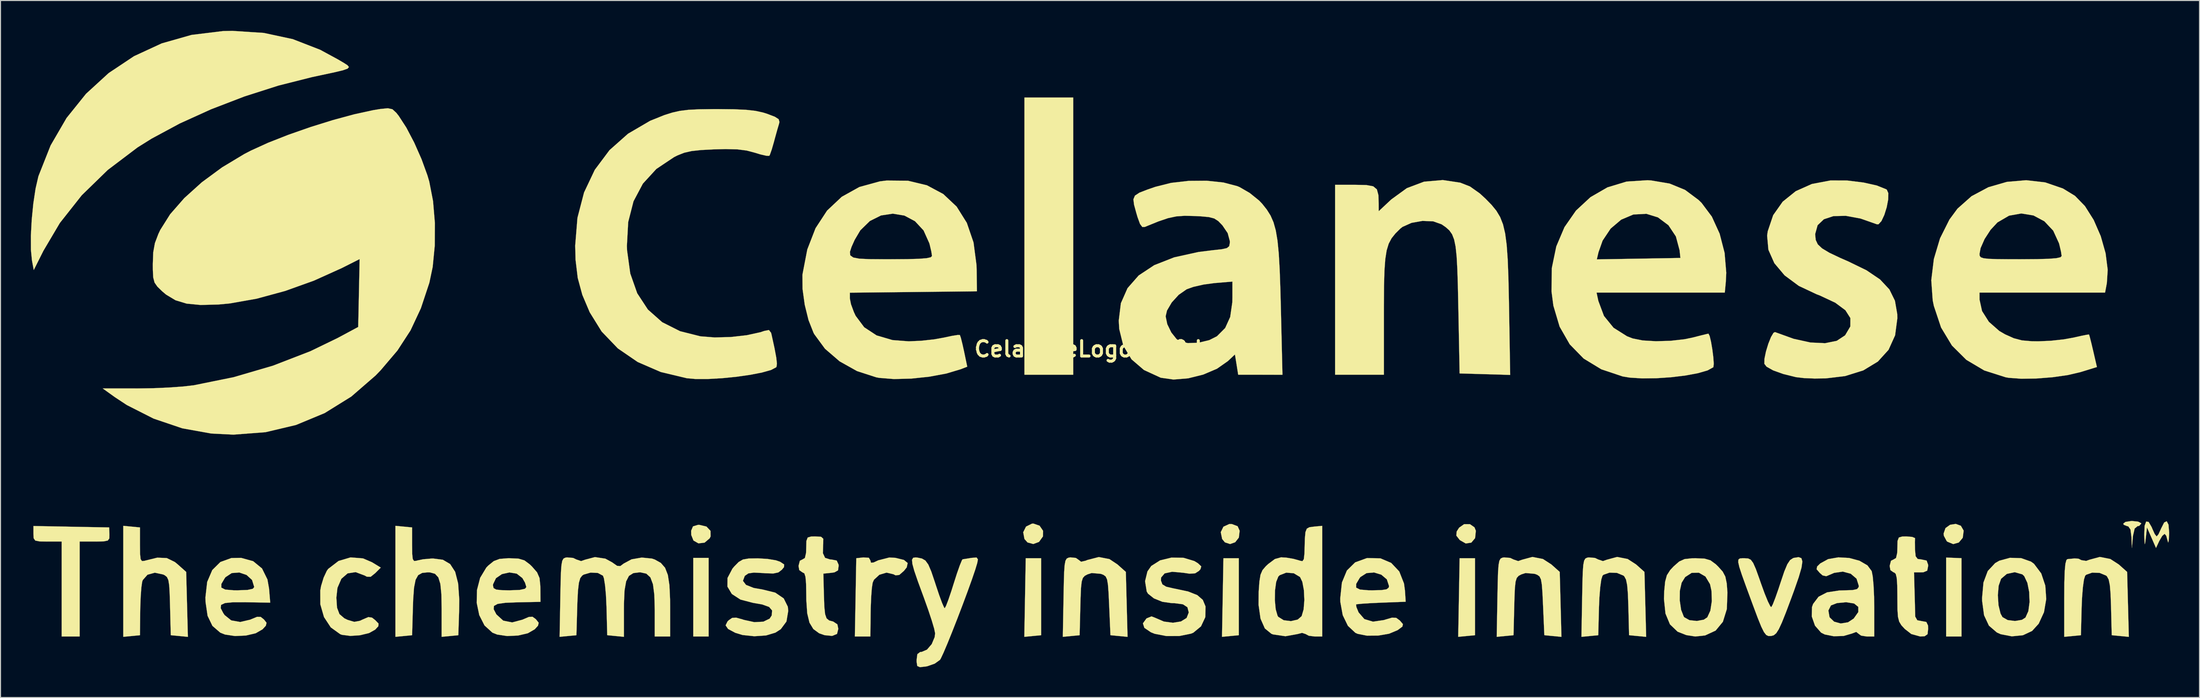
<source format=kicad_pcb>
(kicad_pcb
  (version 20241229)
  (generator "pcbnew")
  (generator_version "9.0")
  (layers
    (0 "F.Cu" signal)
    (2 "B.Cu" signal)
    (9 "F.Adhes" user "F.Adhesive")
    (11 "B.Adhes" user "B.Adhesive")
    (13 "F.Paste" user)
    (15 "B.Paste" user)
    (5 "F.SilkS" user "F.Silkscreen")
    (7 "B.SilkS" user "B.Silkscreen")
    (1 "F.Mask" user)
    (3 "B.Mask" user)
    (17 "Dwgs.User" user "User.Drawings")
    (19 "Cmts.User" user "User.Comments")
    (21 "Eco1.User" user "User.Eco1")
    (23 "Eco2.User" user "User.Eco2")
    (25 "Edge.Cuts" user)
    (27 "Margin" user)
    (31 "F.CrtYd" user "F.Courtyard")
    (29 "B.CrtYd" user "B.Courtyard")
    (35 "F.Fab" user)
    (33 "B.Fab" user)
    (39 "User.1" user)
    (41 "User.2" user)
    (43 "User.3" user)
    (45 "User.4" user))
  (footprint "CelaneseLogo_100dpi"
    (layer "F.Cu")
    (at 105.667 31.495)
    (property "Reference" "CelaneseLogo_100dpi" (at 0 0 0) (layer "F.SilkS") (effects (font (size 1.524 1.524) (thickness 0.3))))
    (attr through_hole)
    (fp_poly (pts (xy -38.608 28.448) (xy -40.132 28.448) (xy -40.132 20.666) (xy -38.608 20.666) (xy -38.608 28.448)) (stroke (width 0.01) (type solid)) (fill yes) (layer "F.SilkS"))
    (fp_poly (pts (xy -2.54 2.54) (xy -7.366 2.54) (xy -7.366 -24.892) (xy -2.54 -24.892) (xy -2.54 2.54)) (stroke (width 0.01) (type solid)) (fill yes) (layer "F.SilkS"))
    (fp_poly (pts (xy 85.344 20.696) (xy 85.344 28.448) (xy 83.82 28.448) (xy 83.82 20.633) (xy 85.344 20.696)) (stroke (width 0.01) (type solid)) (fill yes) (layer "F.SilkS"))
    (fp_poly (pts (xy -5.715 28.321) (xy -6.547 28.401) (xy -7.379 28.481) (xy -7.309 24.591) (xy -7.239 20.701) (xy -5.715 20.701) (xy -5.715 28.321)) (stroke (width 0.01) (type solid)) (fill yes) (layer "F.SilkS"))
    (fp_poly (pts (xy 13.843 28.321) (xy 13.011 28.401) (xy 12.179 28.481) (xy 12.249 24.591) (xy 12.319 20.701) (xy 13.843 20.701) (xy 13.843 28.321)) (stroke (width 0.01) (type solid)) (fill yes) (layer "F.SilkS"))
    (fp_poly (pts (xy 37.211 28.321) (xy 36.379 28.401) (xy 35.547 28.481) (xy 35.617 24.591) (xy 35.687 20.701) (xy 37.211 20.701) (xy 37.211 28.321)) (stroke (width 0.01) (type solid)) (fill yes) (layer "F.SilkS"))
    (fp_poly (pts (xy -5.868 17.481) (xy -5.52 17.99) (xy -5.533 18.542) (xy -5.924 19.087) (xy -6.493 19.295) (xy -7.061 19.14) (xy -7.366 18.796) (xy -7.489 18.131) (xy -7.211 17.571) (xy -6.631 17.283) (xy -6.477 17.272) (xy -5.868 17.481)) (stroke (width 0.01) (type solid)) (fill yes) (layer "F.SilkS"))
    (fp_poly (pts (xy 13.162 17.32) (xy 13.726 17.535) (xy 13.926 17.984) (xy 13.846 18.66) (xy 13.483 19.12) (xy 12.977 19.298) (xy 12.465 19.13) (xy 12.192 18.796) (xy 12.055 18.122) (xy 12.32 17.581) (xy 12.894 17.318) (xy 13.162 17.32)) (stroke (width 0.01) (type solid)) (fill yes) (layer "F.SilkS"))
    (fp_poly (pts (xy 36.706 17.329) (xy 37.158 17.642) (xy 37.294 17.984) (xy 37.221 18.711) (xy 36.847 19.155) (xy 36.299 19.244) (xy 35.705 18.905) (xy 35.359 18.459) (xy 35.398 18.051) (xy 35.638 17.677) (xy 36.133 17.329) (xy 36.706 17.329)) (stroke (width 0.01) (type solid)) (fill yes) (layer "F.SilkS"))
    (fp_poly (pts (xy -38.825 17.566) (xy -38.426 17.988) (xy -38.417 18.548) (xy -38.508 18.733) (xy -39.006 19.157) (xy -39.617 19.232) (xy -40.11 18.949) (xy -40.33 18.404) (xy -40.342 17.984) (xy -40.158 17.548) (xy -39.679 17.403) (xy -39.525 17.399) (xy -38.825 17.566)) (stroke (width 0.01) (type solid)) (fill yes) (layer "F.SilkS"))
    (fp_poly (pts (xy 85.276 17.487) (xy 85.55 17.96) (xy 85.554 17.984) (xy 85.466 18.678) (xy 85.075 19.145) (xy 84.521 19.303) (xy 83.942 19.065) (xy 83.871 18.999) (xy 83.597 18.487) (xy 83.566 18.268) (xy 83.755 17.718) (xy 84.214 17.389) (xy 84.776 17.304) (xy 85.276 17.487)) (stroke (width 0.01) (type solid)) (fill yes) (layer "F.SilkS"))
    (fp_poly (pts (xy 102.823 17.082) (xy 103.116 17.239) (xy 103.124 17.272) (xy 102.919 17.5) (xy 102.758 17.526) (xy 102.472 17.763) (xy 102.307 18.48) (xy 102.294 18.605) (xy 102.197 19.685) (xy 102.152 18.605) (xy 102.059 17.862) (xy 101.84 17.548) (xy 101.727 17.526) (xy 101.389 17.389) (xy 101.346 17.272) (xy 101.569 17.104) (xy 102.118 17.02) (xy 102.235 17.018) (xy 102.823 17.082)) (stroke (width 0.01) (type solid)) (fill yes) (layer "F.SilkS"))
    (fp_poly (pts (xy -101.663 17.583) (xy -97.917 17.653) (xy -97.891 18.352) (xy -97.902 18.742) (xy -98.051 18.95) (xy -98.456 19.034) (xy -99.237 19.05) (xy -99.352 19.05) (xy -100.838 19.05) (xy -100.838 28.448) (xy -102.616 28.448) (xy -102.616 19.05) (xy -104.013 19.05) (xy -104.812 19.037) (xy -105.227 18.954) (xy -105.385 18.73) (xy -105.41 18.297) (xy -105.41 18.281) (xy -105.41 17.512) (xy -101.663 17.583)) (stroke (width 0.01) (type solid)) (fill yes) (layer "F.SilkS"))
    (fp_poly (pts (xy -22.758 20.657) (xy -22.606 20.919) (xy -22.549 21.145) (xy -22.292 21.122) (xy -21.822 20.906) (xy -20.735 20.629) (xy -20.129 20.662) (xy -19.283 20.873) (xy -18.918 21.176) (xy -19.01 21.606) (xy -19.286 21.952) (xy -19.748 22.356) (xy -20.115 22.394) (xy -20.337 22.283) (xy -21.01 22.126) (xy -21.715 22.335) (xy -22.249 22.826) (xy -22.379 23.116) (xy -22.461 23.649) (xy -22.528 24.534) (xy -22.572 25.616) (xy -22.581 26.099) (xy -22.606 28.448) (xy -24.143 28.448) (xy -24.003 20.701) (xy -23.305 20.621) (xy -22.758 20.657)) (stroke (width 0.01) (type solid)) (fill yes) (layer "F.SilkS"))
    (fp_poly (pts (xy 105.82 17.378) (xy 105.883 18.159) (xy 105.88 18.352) (xy 105.843 18.954) (xy 105.787 19.157) (xy 105.736 18.986) (xy 105.598 18.48) (xy 105.434 18.288) (xy 105.199 18.493) (xy 104.911 18.986) (xy 104.91 18.986) (xy 104.583 19.685) (xy 104.137 18.669) (xy 103.69 17.653) (xy 103.577 18.669) (xy 103.511 19.206) (xy 103.471 19.311) (xy 103.442 18.956) (xy 103.421 18.352) (xy 103.456 17.491) (xy 103.611 17.068) (xy 103.854 17.106) (xy 104.156 17.625) (xy 104.218 17.78) (xy 104.455 18.305) (xy 104.64 18.541) (xy 104.648 18.542) (xy 104.826 18.331) (xy 105.063 17.82) (xy 105.078 17.78) (xy 105.388 17.167) (xy 105.645 17.04) (xy 105.82 17.378)) (stroke (width 0.01) (type solid)) (fill yes) (layer "F.SilkS"))
    (fp_poly (pts (xy -95.695 17.573) (xy -94.869 17.653) (xy -94.869 19.381) (xy -94.858 20.289) (xy -94.803 20.789) (xy -94.673 20.98) (xy -94.434 20.962) (xy -94.361 20.939) (xy -93.158 20.644) (xy -92.221 20.684) (xy -91.421 21.073) (xy -91.153 21.291) (xy -90.297 22.055) (xy -90.212 25.269) (xy -90.128 28.483) (xy -91.821 28.321) (xy -91.893 25.454) (xy -91.93 24.209) (xy -91.979 23.377) (xy -92.063 22.86) (xy -92.201 22.562) (xy -92.414 22.389) (xy -92.573 22.31) (xy -93.404 22.134) (xy -94.125 22.334) (xy -94.591 22.862) (xy -94.651 23.041) (xy -94.731 23.6) (xy -94.797 24.505) (xy -94.838 25.594) (xy -94.846 26.021) (xy -94.869 28.321) (xy -96.52 28.48) (xy -96.52 17.494) (xy -95.695 17.573)) (stroke (width 0.01) (type solid)) (fill yes) (layer "F.SilkS"))
    (fp_poly (pts (xy -68.77 17.573) (xy -67.945 17.653) (xy -67.945 19.38) (xy -67.934 20.288) (xy -67.88 20.786) (xy -67.751 20.975) (xy -67.513 20.951) (xy -67.437 20.925) (xy -66.858 20.804) (xy -66.063 20.734) (xy -65.869 20.728) (xy -64.905 20.851) (xy -64.184 21.276) (xy -63.686 22.044) (xy -63.392 23.194) (xy -63.281 24.766) (xy -63.294 25.908) (xy -63.373 28.321) (xy -65.024 28.48) (xy -65.024 25.688) (xy -65.051 24.247) (xy -65.152 23.24) (xy -65.353 22.596) (xy -65.682 22.242) (xy -66.166 22.107) (xy -66.391 22.098) (xy -66.951 22.155) (xy -67.344 22.375) (xy -67.601 22.837) (xy -67.755 23.615) (xy -67.839 24.787) (xy -67.865 25.527) (xy -67.945 28.321) (xy -69.596 28.48) (xy -69.596 17.494) (xy -68.77 17.573)) (stroke (width 0.01) (type solid)) (fill yes) (layer "F.SilkS"))
    (fp_poly (pts (xy 100.062 20.775) (xy 100.897 21.315) (xy 101.727 22.055) (xy 101.812 25.269) (xy 101.896 28.483) (xy 100.203 28.321) (xy 100.134 25.527) (xy 100.088 24.237) (xy 100.015 23.363) (xy 99.902 22.815) (xy 99.734 22.501) (xy 99.641 22.416) (xy 99.005 22.154) (xy 98.271 22.126) (xy 97.682 22.332) (xy 97.576 22.431) (xy 97.457 22.809) (xy 97.35 23.576) (xy 97.267 24.611) (xy 97.228 25.542) (xy 97.155 28.321) (xy 95.504 28.48) (xy 95.504 24.654) (xy 95.515 23.084) (xy 95.552 21.968) (xy 95.619 21.25) (xy 95.721 20.876) (xy 95.822 20.789) (xy 96.529 20.72) (xy 96.923 20.748) (xy 97.193 20.887) (xy 97.202 20.893) (xy 97.672 20.966) (xy 98.011 20.846) (xy 99.023 20.572) (xy 100.062 20.775)) (stroke (width 0.01) (type solid)) (fill yes) (layer "F.SilkS"))
    (fp_poly (pts (xy 52.31 20.775) (xy 53.145 21.315) (xy 53.975 22.055) (xy 54.06 25.269) (xy 54.144 28.483) (xy 52.451 28.321) (xy 52.382 25.527) (xy 52.336 24.237) (xy 52.263 23.363) (xy 52.15 22.815) (xy 51.982 22.501) (xy 51.889 22.416) (xy 51.253 22.154) (xy 50.519 22.126) (xy 49.93 22.332) (xy 49.824 22.431) (xy 49.705 22.809) (xy 49.598 23.576) (xy 49.515 24.611) (xy 49.476 25.542) (xy 49.403 28.321) (xy 48.571 28.401) (xy 47.739 28.481) (xy 47.809 24.591) (xy 47.838 23.11) (xy 47.871 22.061) (xy 47.922 21.367) (xy 48.002 20.95) (xy 48.124 20.736) (xy 48.301 20.647) (xy 48.464 20.618) (xy 49.077 20.67) (xy 49.401 20.826) (xy 49.868 20.984) (xy 50.259 20.846) (xy 51.271 20.572) (xy 52.31 20.775)) (stroke (width 0.01) (type solid)) (fill yes) (layer "F.SilkS"))
    (fp_poly (pts (xy 43.928 20.775) (xy 44.763 21.315) (xy 45.593 22.055) (xy 45.678 25.269) (xy 45.762 28.483) (xy 44.069 28.321) (xy 43.942 25.405) (xy 43.884 24.153) (xy 43.822 23.315) (xy 43.734 22.797) (xy 43.594 22.505) (xy 43.379 22.346) (xy 43.127 22.248) (xy 42.213 22.165) (xy 41.802 22.297) (xy 41.525 22.445) (xy 41.34 22.654) (xy 41.225 23.02) (xy 41.157 23.64) (xy 41.116 24.61) (xy 41.093 25.454) (xy 41.021 28.321) (xy 40.189 28.401) (xy 39.357 28.481) (xy 39.427 24.591) (xy 39.456 23.11) (xy 39.489 22.061) (xy 39.54 21.367) (xy 39.62 20.95) (xy 39.742 20.736) (xy 39.919 20.647) (xy 40.082 20.618) (xy 40.695 20.67) (xy 41.019 20.826) (xy 41.486 20.984) (xy 41.877 20.846) (xy 42.889 20.572) (xy 43.928 20.775)) (stroke (width 0.01) (type solid)) (fill yes) (layer "F.SilkS"))
    (fp_poly (pts (xy 1.044 20.786) (xy 1.837 21.315) (xy 2.667 22.055) (xy 2.752 25.269) (xy 2.836 28.483) (xy 1.143 28.321) (xy 1.016 25.405) (xy 0.958 24.153) (xy 0.896 23.315) (xy 0.808 22.797) (xy 0.668 22.505) (xy 0.453 22.346) (xy 0.201 22.248) (xy -0.713 22.165) (xy -1.124 22.297) (xy -1.401 22.445) (xy -1.586 22.654) (xy -1.701 23.02) (xy -1.769 23.64) (xy -1.81 24.61) (xy -1.833 25.454) (xy -1.905 28.321) (xy -2.737 28.401) (xy -3.569 28.481) (xy -3.499 24.591) (xy -3.47 23.111) (xy -3.438 22.062) (xy -3.388 21.367) (xy -3.308 20.951) (xy -3.185 20.737) (xy -3.006 20.647) (xy -2.823 20.615) (xy -2.278 20.67) (xy -2.015 20.855) (xy -1.76 21.049) (xy -1.304 20.944) (xy -1.149 20.877) (xy -0.008 20.582) (xy 1.044 20.786)) (stroke (width 0.01) (type solid)) (fill yes) (layer "F.SilkS"))
    (fp_poly (pts (xy -82.617 -31.287) (xy -79.75 -30.671) (xy -77.042 -29.619) (xy -75.284 -28.665) (xy -74.721 -28.333) (xy -74.342 -28.092) (xy -74.196 -27.909) (xy -74.328 -27.753) (xy -74.785 -27.591) (xy -75.614 -27.392) (xy -76.861 -27.125) (xy -77.851 -26.913) (xy -81.164 -26.077) (xy -84.529 -25.001) (xy -87.825 -23.734) (xy -90.928 -22.327) (xy -93.715 -20.827) (xy -95.107 -19.957) (xy -98.052 -17.729) (xy -100.627 -15.222) (xy -102.794 -12.479) (xy -104.419 -9.73) (xy -105.377 -7.822) (xy -105.555 -8.768) (xy -105.658 -9.827) (xy -105.662 -11.225) (xy -105.578 -12.804) (xy -105.42 -14.407) (xy -105.199 -15.878) (xy -104.927 -17.06) (xy -104.901 -17.145) (xy -103.71 -20.152) (xy -102.133 -22.867) (xy -100.207 -25.262) (xy -97.971 -27.31) (xy -95.461 -28.983) (xy -92.714 -30.252) (xy -89.768 -31.09) (xy -86.66 -31.47) (xy -85.725 -31.49) (xy -82.617 -31.287)) (stroke (width 0.01) (type solid)) (fill yes) (layer "F.SilkS"))
    (fp_poly (pts (xy -72.804 20.716) (xy -71.908 21.102) (xy -71.045 21.628) (xy -71.593 22.176) (xy -72.043 22.537) (xy -72.42 22.532) (xy -72.643 22.411) (xy -73.538 22.076) (xy -74.325 22.2) (xy -74.943 22.735) (xy -75.332 23.634) (xy -75.438 24.601) (xy -75.374 25.595) (xy -75.134 26.23) (xy -74.65 26.646) (xy -74.325 26.802) (xy -73.672 26.997) (xy -73.112 26.894) (xy -72.816 26.755) (xy -72.273 26.524) (xy -71.907 26.582) (xy -71.596 26.826) (xy -71.262 27.171) (xy -71.289 27.434) (xy -71.598 27.769) (xy -72.201 28.106) (xy -73.092 28.323) (xy -74.058 28.39) (xy -74.888 28.281) (xy -75.057 28.219) (xy -75.993 27.545) (xy -76.664 26.524) (xy -77.025 25.27) (xy -77.031 23.893) (xy -76.953 23.453) (xy -76.702 22.626) (xy -76.386 21.949) (xy -76.25 21.759) (xy -75.226 20.972) (xy -74.038 20.619) (xy -72.804 20.716)) (stroke (width 0.01) (type solid)) (fill yes) (layer "F.SilkS"))
    (fp_poly (pts (xy 91.248 20.694) (xy 92.214 21.036) (xy 92.511 21.251) (xy 93.23 22.207) (xy 93.633 23.415) (xy 93.723 24.739) (xy 93.503 26.04) (xy 92.978 27.181) (xy 92.326 27.897) (xy 91.423 28.321) (xy 90.32 28.432) (xy 89.221 28.221) (xy 88.84 28.05) (xy 88.053 27.374) (xy 87.571 26.345) (xy 87.381 24.93) (xy 87.376 24.625) (xy 87.4 24.358) (xy 88.936 24.358) (xy 89 25.348) (xy 89.204 26.182) (xy 89.395 26.528) (xy 89.907 26.821) (xy 90.63 26.913) (xy 91.319 26.798) (xy 91.668 26.574) (xy 91.954 25.937) (xy 92.073 25.04) (xy 92.037 24.051) (xy 91.858 23.14) (xy 91.547 22.476) (xy 91.361 22.298) (xy 90.608 22.084) (xy 89.825 22.253) (xy 89.256 22.736) (xy 89.018 23.418) (xy 88.936 24.358) (xy 87.4 24.358) (xy 87.513 23.101) (xy 87.937 21.968) (xy 88.667 21.186) (xy 89.082 20.946) (xy 90.138 20.658) (xy 91.248 20.694)) (stroke (width 0.01) (type solid)) (fill yes) (layer "F.SilkS"))
    (fp_poly (pts (xy 69.503 20.697) (xy 69.599 21.026) (xy 69.512 21.636) (xy 69.237 22.58) (xy 68.773 23.914) (xy 68.5 24.655) (xy 67.972 26.063) (xy 67.573 27.062) (xy 67.266 27.724) (xy 67.013 28.12) (xy 66.776 28.32) (xy 66.516 28.396) (xy 66.5 28.398) (xy 66.241 28.402) (xy 66.02 28.297) (xy 65.797 28.013) (xy 65.532 27.48) (xy 65.187 26.628) (xy 64.722 25.387) (xy 64.568 24.969) (xy 64.007 23.446) (xy 63.608 22.335) (xy 63.359 21.573) (xy 63.251 21.093) (xy 63.272 20.831) (xy 63.412 20.722) (xy 63.661 20.7) (xy 63.881 20.701) (xy 64.231 20.724) (xy 64.496 20.852) (xy 64.731 21.17) (xy 64.994 21.765) (xy 65.34 22.725) (xy 65.496 23.176) (xy 65.864 24.189) (xy 66.187 24.98) (xy 66.425 25.453) (xy 66.522 25.543) (xy 66.669 25.27) (xy 66.923 24.622) (xy 67.241 23.713) (xy 67.434 23.124) (xy 67.809 22.01) (xy 68.108 21.294) (xy 68.381 20.885) (xy 68.679 20.69) (xy 68.776 20.661) (xy 69.227 20.593) (xy 69.503 20.697)) (stroke (width 0.01) (type solid)) (fill yes) (layer "F.SilkS"))
    (fp_poly (pts (xy 59.924 20.74) (xy 60.509 20.911) (xy 61.031 21.297) (xy 61.264 21.523) (xy 61.713 22.023) (xy 61.975 22.516) (xy 62.113 23.176) (xy 62.185 24.095) (xy 62.124 25.735) (xy 61.734 26.992) (xy 61.017 27.861) (xy 59.975 28.343) (xy 59.004 28.447) (xy 58.114 28.31) (xy 57.276 27.98) (xy 57.24 27.959) (xy 56.495 27.244) (xy 56.053 26.178) (xy 55.919 24.881) (xy 57.466 24.881) (xy 57.601 25.807) (xy 57.866 26.481) (xy 57.912 26.543) (xy 58.427 26.831) (xy 59.154 26.911) (xy 59.848 26.781) (xy 60.19 26.553) (xy 60.495 25.887) (xy 60.639 24.942) (xy 60.605 23.926) (xy 60.462 23.27) (xy 60.006 22.51) (xy 59.357 22.134) (xy 58.644 22.15) (xy 58.002 22.565) (xy 57.653 23.127) (xy 57.478 23.916) (xy 57.466 24.881) (xy 55.919 24.881) (xy 55.904 24.73) (xy 55.928 23.97) (xy 56.02 23.017) (xy 56.193 22.381) (xy 56.52 21.873) (xy 56.85 21.519) (xy 57.406 21.029) (xy 57.94 20.785) (xy 58.675 20.705) (xy 59.055 20.701) (xy 59.924 20.74)) (stroke (width 0.01) (type solid)) (fill yes) (layer "F.SilkS"))
    (fp_poly (pts (xy -27.484 18.577) (xy -27.264 18.777) (xy -27.275 19.286) (xy -27.283 19.355) (xy -27.305 20.201) (xy -27.09 20.663) (xy -26.589 20.824) (xy -26.452 20.828) (xy -25.939 20.931) (xy -25.756 21.327) (xy -25.745 21.449) (xy -25.809 21.902) (xy -26.166 22.102) (xy -26.484 22.147) (xy -27.259 22.225) (xy -27.203 24.384) (xy -27.162 25.513) (xy -27.086 26.234) (xy -26.942 26.65) (xy -26.692 26.859) (xy -26.3 26.964) (xy -26.289 26.966) (xy -25.871 27.244) (xy -25.781 27.689) (xy -25.906 28.191) (xy -26.371 28.382) (xy -26.416 28.387) (xy -27.135 28.319) (xy -27.681 28.128) (xy -28.253 27.706) (xy -28.634 27.078) (xy -28.856 26.155) (xy -28.946 24.851) (xy -28.952 24.32) (xy -28.97 23.223) (xy -29.028 22.545) (xy -29.141 22.199) (xy -29.326 22.098) (xy -29.337 22.098) (xy -29.643 21.877) (xy -29.718 21.463) (xy -29.586 20.952) (xy -29.337 20.828) (xy -29.086 20.678) (xy -28.971 20.17) (xy -28.956 19.685) (xy -28.937 18.983) (xy -28.808 18.65) (xy -28.463 18.549) (xy -28.072 18.542) (xy -27.484 18.577)) (stroke (width 0.01) (type solid)) (fill yes) (layer "F.SilkS"))
    (fp_poly (pts (xy -83.668 20.996) (xy -82.793 21.715) (xy -82.257 22.803) (xy -82.098 23.707) (xy -81.983 25.097) (xy -84.426 25.058) (xy -85.667 25.06) (xy -86.456 25.136) (xy -86.843 25.318) (xy -86.884 25.638) (xy -86.63 26.129) (xy -86.494 26.328) (xy -85.84 26.853) (xy -84.948 27.011) (xy -83.955 26.779) (xy -83.866 26.739) (xy -83.28 26.498) (xy -82.929 26.505) (xy -82.604 26.761) (xy -82.345 27.088) (xy -82.415 27.379) (xy -82.739 27.734) (xy -83.419 28.126) (xy -84.394 28.354) (xy -85.47 28.402) (xy -86.457 28.254) (xy -86.928 28.065) (xy -87.702 27.396) (xy -88.18 26.403) (xy -88.382 25.032) (xy -88.392 24.561) (xy -88.284 23.61) (xy -86.819 23.61) (xy -86.433 23.803) (xy -85.609 23.872) (xy -85.217 23.876) (xy -84.235 23.84) (xy -83.704 23.724) (xy -83.566 23.552) (xy -83.782 22.851) (xy -84.327 22.356) (xy -85.048 22.113) (xy -85.791 22.17) (xy -86.404 22.574) (xy -86.473 22.663) (xy -86.816 23.246) (xy -86.819 23.61) (xy -88.284 23.61) (xy -88.219 23.043) (xy -87.717 21.872) (xy -86.912 21.075) (xy -85.827 20.681) (xy -84.869 20.663) (xy -83.668 20.996)) (stroke (width 0.01) (type solid)) (fill yes) (layer "F.SilkS"))
    (fp_poly (pts (xy 80.462 18.59) (xy 80.738 18.707) (xy 80.742 18.733) (xy 80.73 19.092) (xy 80.738 19.733) (xy 80.742 19.875) (xy 80.805 20.505) (xy 81.006 20.774) (xy 81.407 20.828) (xy 81.89 20.933) (xy 82.039 21.346) (xy 82.042 21.463) (xy 81.95 21.931) (xy 81.571 22.09) (xy 81.344 22.098) (xy 80.645 22.098) (xy 80.699 24.066) (xy 80.727 25.071) (xy 80.749 25.915) (xy 80.762 26.438) (xy 80.763 26.48) (xy 80.968 26.841) (xy 81.407 26.924) (xy 81.861 27.006) (xy 82.027 27.355) (xy 82.042 27.686) (xy 81.981 28.221) (xy 81.693 28.422) (xy 81.26 28.448) (xy 80.374 28.203) (xy 79.736 27.706) (xy 79.392 27.336) (xy 79.175 26.978) (xy 79.056 26.508) (xy 79.005 25.799) (xy 78.994 24.725) (xy 78.994 24.531) (xy 78.981 23.375) (xy 78.931 22.642) (xy 78.833 22.247) (xy 78.672 22.104) (xy 78.613 22.098) (xy 78.307 21.877) (xy 78.232 21.463) (xy 78.364 20.952) (xy 78.613 20.828) (xy 78.864 20.678) (xy 78.979 20.17) (xy 78.994 19.685) (xy 79.013 18.983) (xy 79.142 18.65) (xy 79.487 18.549) (xy 79.883 18.542) (xy 80.462 18.59)) (stroke (width 0.01) (type solid)) (fill yes) (layer "F.SilkS"))
    (fp_poly (pts (xy 8.37 20.657) (xy 9.441 20.979) (xy 9.798 21.197) (xy 10.128 21.509) (xy 10.048 21.79) (xy 9.895 21.958) (xy 9.522 22.197) (xy 8.971 22.232) (xy 8.352 22.141) (xy 7.25 22.04) (xy 6.504 22.202) (xy 6.154 22.612) (xy 6.142 22.922) (xy 6.282 23.288) (xy 6.659 23.519) (xy 7.401 23.692) (xy 7.493 23.707) (xy 8.83 23.993) (xy 9.735 24.351) (xy 10.281 24.824) (xy 10.544 25.457) (xy 10.55 25.486) (xy 10.527 26.538) (xy 10.102 27.444) (xy 9.344 28.07) (xy 9.114 28.166) (xy 7.957 28.401) (xy 6.679 28.404) (xy 5.522 28.181) (xy 5.144 28.029) (xy 4.498 27.592) (xy 4.353 27.147) (xy 4.699 26.67) (xy 4.72 26.653) (xy 5.206 26.456) (xy 5.553 26.589) (xy 6.429 26.968) (xy 7.324 27.085) (xy 8.115 26.96) (xy 8.678 26.613) (xy 8.89 26.068) (xy 8.758 25.551) (xy 8.311 25.259) (xy 7.469 25.15) (xy 7.206 25.146) (xy 6.284 25.015) (xy 5.443 24.675) (xy 4.858 24.209) (xy 4.73 23.992) (xy 4.567 22.976) (xy 4.802 22.007) (xy 5.179 21.468) (xy 6.056 20.912) (xy 7.181 20.638) (xy 8.37 20.657)) (stroke (width 0.01) (type solid)) (fill yes) (layer "F.SilkS"))
    (fp_poly (pts (xy -32.787 20.769) (xy -31.964 20.905) (xy -31.538 21.05) (xy -31.136 21.32) (xy -31.149 21.577) (xy -31.364 21.839) (xy -31.709 22.105) (xy -32.207 22.212) (xy -33.015 22.188) (xy -33.234 22.169) (xy -34.133 22.123) (xy -34.678 22.203) (xy -35.013 22.433) (xy -35.038 22.462) (xy -35.215 22.94) (xy -34.911 23.34) (xy -34.149 23.642) (xy -33.269 23.797) (xy -32.02 24.105) (xy -31.182 24.677) (xy -30.774 25.499) (xy -30.734 25.913) (xy -30.91 26.964) (xy -31.471 27.722) (xy -31.999 28.064) (xy -32.929 28.344) (xy -34.093 28.423) (xy -35.258 28.3) (xy -35.974 28.082) (xy -36.687 27.7) (xy -36.932 27.345) (xy -36.742 26.956) (xy -36.625 26.842) (xy -36.286 26.606) (xy -35.895 26.578) (xy -35.261 26.754) (xy -35.117 26.803) (xy -34.085 27.028) (xy -33.199 26.981) (xy -32.575 26.681) (xy -32.367 26.36) (xy -32.331 25.87) (xy -32.628 25.521) (xy -33.321 25.274) (xy -34.217 25.119) (xy -35.461 24.793) (xy -36.316 24.238) (xy -36.752 23.507) (xy -36.742 22.655) (xy -36.258 21.734) (xy -36.088 21.531) (xy -35.639 21.073) (xy -35.214 20.826) (xy -34.635 20.726) (xy -33.739 20.712) (xy -32.787 20.769)) (stroke (width 0.01) (type solid)) (fill yes) (layer "F.SilkS"))
    (fp_poly (pts (xy 35.751 -16.467) (xy 36.71 -16.091) (xy 37.679 -15.406) (xy 38.252 -14.88) (xy 38.845 -14.273) (xy 39.322 -13.69) (xy 39.696 -13.066) (xy 39.982 -12.337) (xy 40.193 -11.44) (xy 40.343 -10.31) (xy 40.445 -8.883) (xy 40.515 -7.095) (xy 40.564 -4.883) (xy 40.578 -4.118) (xy 40.69 2.559) (xy 38.188 2.486) (xy 35.687 2.413) (xy 35.56 -4.076) (xy 35.515 -6.195) (xy 35.463 -7.868) (xy 35.393 -9.158) (xy 35.291 -10.128) (xy 35.144 -10.841) (xy 34.942 -11.359) (xy 34.67 -11.744) (xy 34.317 -12.06) (xy 33.902 -12.347) (xy 33.069 -12.641) (xy 32.011 -12.682) (xy 30.933 -12.491) (xy 30.037 -12.09) (xy 29.818 -11.917) (xy 29.334 -11.437) (xy 28.956 -10.964) (xy 28.672 -10.428) (xy 28.469 -9.761) (xy 28.333 -8.892) (xy 28.251 -7.753) (xy 28.209 -6.275) (xy 28.195 -4.387) (xy 28.194 -3.439) (xy 28.194 2.54) (xy 23.368 2.54) (xy 23.368 -16.256) (xy 25.37 -16.256) (xy 26.459 -16.232) (xy 27.137 -16.108) (xy 27.502 -15.805) (xy 27.652 -15.244) (xy 27.683 -14.38) (xy 27.686 -13.646) (xy 28.925 -14.805) (xy 30.465 -15.924) (xy 32.171 -16.566) (xy 34.026 -16.726) (xy 35.751 -16.467)) (stroke (width 0.01) (type solid)) (fill yes) (layer "F.SilkS"))
    (fp_poly (pts (xy 22.098 28.448) (xy 21.351 28.448) (xy 20.767 28.373) (xy 20.453 28.204) (xy 20.1 28.09) (xy 19.659 28.204) (xy 18.457 28.422) (xy 17.238 28.243) (xy 17.07 28.182) (xy 16.418 27.651) (xy 15.991 26.686) (xy 15.795 25.315) (xy 15.799 24.855) (xy 17.409 24.855) (xy 17.493 25.752) (xy 17.677 26.394) (xy 17.748 26.503) (xy 18.288 26.838) (xy 19.002 26.925) (xy 19.672 26.77) (xy 20.057 26.433) (xy 20.255 25.757) (xy 20.327 24.84) (xy 20.282 23.87) (xy 20.127 23.038) (xy 19.9 22.562) (xy 19.283 22.19) (xy 18.536 22.128) (xy 17.888 22.381) (xy 17.752 22.513) (xy 17.539 23.047) (xy 17.424 23.89) (xy 17.409 24.855) (xy 15.799 24.855) (xy 15.806 24.026) (xy 15.88 22.998) (xy 15.989 22.331) (xy 16.185 21.877) (xy 16.518 21.488) (xy 16.755 21.27) (xy 17.412 20.779) (xy 18.019 20.612) (xy 18.509 20.636) (xy 19.257 20.763) (xy 19.84 20.926) (xy 19.875 20.941) (xy 20.134 20.995) (xy 20.273 20.796) (xy 20.335 20.245) (xy 20.349 19.776) (xy 20.377 18.742) (xy 20.436 18.111) (xy 20.569 17.777) (xy 20.822 17.634) (xy 21.238 17.577) (xy 21.273 17.573) (xy 22.098 17.494) (xy 22.098 28.448)) (stroke (width 0.01) (type solid)) (fill yes) (layer "F.SilkS"))
    (fp_poly (pts (xy 27.848 20.709) (xy 28.92 21.165) (xy 29.717 22.01) (xy 30.186 23.201) (xy 30.28 23.894) (xy 30.353 25.008) (xy 27.94 25.1) (xy 26.891 25.148) (xy 26.053 25.201) (xy 25.541 25.252) (xy 25.44 25.277) (xy 25.478 25.537) (xy 25.688 26.049) (xy 25.694 26.063) (xy 26.265 26.723) (xy 27.116 26.978) (xy 28.208 26.818) (xy 28.346 26.772) (xy 29.011 26.578) (xy 29.414 26.6) (xy 29.761 26.855) (xy 29.798 26.892) (xy 30.08 27.223) (xy 30.028 27.465) (xy 29.596 27.789) (xy 29.544 27.823) (xy 28.706 28.173) (xy 27.629 28.358) (xy 26.524 28.367) (xy 25.602 28.186) (xy 25.37 28.081) (xy 24.634 27.391) (xy 24.123 26.337) (xy 23.886 25.031) (xy 23.876 24.68) (xy 23.989 23.61) (xy 25.449 23.61) (xy 25.835 23.803) (xy 26.659 23.872) (xy 27.051 23.876) (xy 27.959 23.855) (xy 28.465 23.774) (xy 28.675 23.606) (xy 28.702 23.451) (xy 28.486 22.792) (xy 27.941 22.331) (xy 27.222 22.111) (xy 26.481 22.174) (xy 25.874 22.562) (xy 25.795 22.663) (xy 25.452 23.246) (xy 25.449 23.61) (xy 23.989 23.61) (xy 24.041 23.109) (xy 24.534 21.917) (xy 25.351 21.111) (xy 26.487 20.697) (xy 26.55 20.687) (xy 27.848 20.709)) (stroke (width 0.01) (type solid)) (fill yes) (layer "F.SilkS"))
    (fp_poly (pts (xy -17.971 20.635) (xy -17.508 20.731) (xy -17.164 20.931) (xy -16.877 21.326) (xy -16.585 22.006) (xy -16.227 23.064) (xy -16.135 23.35) (xy -15.804 24.34) (xy -15.518 25.117) (xy -15.317 25.574) (xy -15.256 25.651) (xy -15.126 25.424) (xy -14.891 24.812) (xy -14.589 23.922) (xy -14.374 23.238) (xy -14.047 22.218) (xy -13.762 21.408) (xy -13.557 20.912) (xy -13.485 20.807) (xy -13.149 20.755) (xy -12.606 20.667) (xy -12.102 20.627) (xy -11.967 20.817) (xy -12.033 21.174) (xy -12.23 21.829) (xy -12.561 22.801) (xy -12.992 23.997) (xy -13.485 25.322) (xy -14.006 26.685) (xy -14.518 27.99) (xy -14.985 29.145) (xy -15.372 30.055) (xy -15.641 30.628) (xy -15.721 30.759) (xy -16.241 31.132) (xy -16.977 31.391) (xy -17.081 31.41) (xy -17.702 31.484) (xy -17.969 31.367) (xy -18.033 30.961) (xy -18.034 30.767) (xy -17.961 30.194) (xy -17.686 29.984) (xy -17.532 29.972) (xy -17.01 29.75) (xy -16.539 29.201) (xy -16.245 28.499) (xy -16.204 28.127) (xy -16.294 27.682) (xy -16.533 26.872) (xy -16.885 25.809) (xy -17.316 24.6) (xy -17.379 24.431) (xy -17.909 22.987) (xy -18.264 21.951) (xy -18.454 21.26) (xy -18.488 20.851) (xy -18.377 20.658) (xy -18.131 20.619) (xy -17.971 20.635)) (stroke (width 0.01) (type solid)) (fill yes) (layer "F.SilkS"))
    (fp_poly (pts (xy 74.224 20.674) (xy 75.235 20.945) (xy 76.034 21.408) (xy 76.456 21.975) (xy 76.558 22.493) (xy 76.64 23.385) (xy 76.693 24.518) (xy 76.708 25.544) (xy 76.708 28.448) (xy 75.967 28.448) (xy 75.406 28.359) (xy 75.13 28.158) (xy 74.931 27.994) (xy 74.49 28.158) (xy 73.677 28.396) (xy 72.701 28.423) (xy 71.81 28.246) (xy 71.45 28.066) (xy 70.845 27.375) (xy 70.525 26.46) (xy 70.539 25.895) (xy 72.175 25.895) (xy 72.287 26.543) (xy 72.739 26.979) (xy 73.394 27.159) (xy 74.113 27.042) (xy 74.676 26.67) (xy 75.131 26.026) (xy 75.13 25.517) (xy 74.714 25.18) (xy 73.926 25.056) (xy 73.025 25.141) (xy 72.425 25.373) (xy 72.182 25.855) (xy 72.175 25.895) (xy 70.539 25.895) (xy 70.548 25.533) (xy 70.658 25.224) (xy 71.199 24.511) (xy 72.04 24.077) (xy 73.252 23.892) (xy 73.724 23.88) (xy 74.563 23.853) (xy 75.007 23.756) (xy 75.169 23.554) (xy 75.18 23.431) (xy 74.955 22.724) (xy 74.382 22.236) (xy 73.598 22.025) (xy 72.737 22.151) (xy 72.493 22.259) (xy 71.961 22.482) (xy 71.604 22.405) (xy 71.318 22.155) (xy 71.005 21.79) (xy 71.057 21.52) (xy 71.362 21.219) (xy 72.144 20.789) (xy 73.146 20.615) (xy 74.224 20.674)) (stroke (width 0.01) (type solid)) (fill yes) (layer "F.SilkS"))
    (fp_poly (pts (xy -57.414 20.741) (xy -56.829 20.917) (xy -56.302 21.311) (xy -56.087 21.52) (xy -55.584 22.096) (xy -55.339 22.66) (xy -55.26 23.442) (xy -55.256 23.679) (xy -55.245 25.019) (xy -57.525 25.065) (xy -58.73 25.113) (xy -59.486 25.221) (xy -59.848 25.422) (xy -59.874 25.749) (xy -59.621 26.236) (xy -59.601 26.266) (xy -58.932 26.876) (xy -58.048 27.052) (xy -57.02 26.779) (xy -56.996 26.767) (xy -56.393 26.51) (xy -56.038 26.491) (xy -55.733 26.709) (xy -55.68 26.761) (xy -55.421 27.088) (xy -55.491 27.379) (xy -55.815 27.734) (xy -56.495 28.126) (xy -57.468 28.354) (xy -58.544 28.402) (xy -59.53 28.256) (xy -60.001 28.067) (xy -60.784 27.354) (xy -61.304 26.329) (xy -61.555 25.117) (xy -61.528 23.845) (xy -61.414 23.407) (xy -59.944 23.407) (xy -59.881 23.662) (xy -59.618 23.805) (xy -59.046 23.865) (xy -58.293 23.876) (xy -57.311 23.84) (xy -56.78 23.724) (xy -56.642 23.552) (xy -56.779 23.112) (xy -57.037 22.663) (xy -57.598 22.226) (xy -58.324 22.109) (xy -59.058 22.272) (xy -59.648 22.675) (xy -59.936 23.278) (xy -59.944 23.407) (xy -61.414 23.407) (xy -61.215 22.64) (xy -60.607 21.629) (xy -60.422 21.434) (xy -59.87 20.986) (xy -59.294 20.767) (xy -58.474 20.702) (xy -58.281 20.701) (xy -57.414 20.741)) (stroke (width 0.01) (type solid)) (fill yes) (layer "F.SilkS"))
    (fp_poly (pts (xy -48.826 20.743) (xy -48.155 21.11) (xy -47.668 21.452) (xy -47.351 21.479) (xy -47.009 21.226) (xy -46.231 20.808) (xy -45.224 20.634) (xy -44.219 20.735) (xy -43.934 20.831) (xy -43.341 21.163) (xy -42.92 21.644) (xy -42.644 22.355) (xy -42.487 23.375) (xy -42.423 24.786) (xy -42.418 25.514) (xy -42.418 28.448) (xy -43.942 28.448) (xy -43.942 25.838) (xy -43.981 24.34) (xy -44.116 23.282) (xy -44.371 22.598) (xy -44.774 22.226) (xy -45.349 22.1) (xy -45.441 22.098) (xy -46.059 22.174) (xy -46.493 22.449) (xy -46.772 22.994) (xy -46.927 23.878) (xy -46.986 25.171) (xy -46.99 25.754) (xy -46.99 28.48) (xy -48.641 28.321) (xy -48.714 25.542) (xy -48.767 24.38) (xy -48.856 23.39) (xy -48.968 22.694) (xy -49.062 22.431) (xy -49.568 22.16) (xy -50.283 22.122) (xy -50.964 22.318) (xy -51.116 22.416) (xy -51.31 22.669) (xy -51.446 23.137) (xy -51.536 23.91) (xy -51.595 25.074) (xy -51.609 25.527) (xy -51.689 28.321) (xy -52.521 28.401) (xy -53.353 28.481) (xy -53.283 24.591) (xy -53.254 23.11) (xy -53.221 22.061) (xy -53.17 21.367) (xy -53.09 20.95) (xy -52.968 20.736) (xy -52.791 20.647) (xy -52.628 20.618) (xy -52.015 20.67) (xy -51.691 20.826) (xy -51.224 20.984) (xy -50.833 20.846) (xy -49.856 20.588) (xy -48.826 20.743)) (stroke (width 0.01) (type solid)) (fill yes) (layer "F.SilkS"))
    (fp_poly (pts (xy 54.633 -16.687) (xy 56.467 -16.377) (xy 57.991 -15.752) (xy 59.329 -14.754) (xy 59.627 -14.463) (xy 60.642 -13.106) (xy 61.414 -11.415) (xy 61.903 -9.52) (xy 62.068 -7.553) (xy 62.024 -6.652) (xy 61.923 -5.588) (xy 49.236 -5.588) (xy 49.413 -4.763) (xy 49.968 -3.276) (xy 50.919 -2.106) (xy 52.253 -1.265) (xy 52.806 -1.051) (xy 53.801 -0.852) (xy 55.107 -0.775) (xy 56.546 -0.816) (xy 57.938 -0.973) (xy 58.76 -1.143) (xy 59.551 -1.346) (xy 60.114 -1.484) (xy 60.304 -1.524) (xy 60.424 -1.298) (xy 60.56 -0.726) (xy 60.689 0.029) (xy 60.787 0.807) (xy 60.831 1.446) (xy 60.797 1.786) (xy 60.789 1.797) (xy 60.224 2.111) (xy 59.265 2.389) (xy 58.025 2.619) (xy 56.616 2.789) (xy 55.152 2.888) (xy 53.746 2.904) (xy 52.511 2.826) (xy 51.816 2.71) (xy 49.706 2.003) (xy 47.959 0.941) (xy 46.582 -0.468) (xy 45.581 -2.214) (xy 44.963 -4.291) (xy 44.777 -5.715) (xy 44.811 -8.028) (xy 44.986 -8.877) (xy 49.263 -8.877) (xy 53.397 -8.947) (xy 57.531 -9.017) (xy 57.449 -9.779) (xy 57.083 -11.146) (xy 56.345 -12.256) (xy 55.307 -13.032) (xy 54.161 -13.385) (xy 52.877 -13.316) (xy 51.672 -12.806) (xy 50.63 -11.923) (xy 49.835 -10.734) (xy 49.427 -9.582) (xy 49.263 -8.877) (xy 44.986 -8.877) (xy 45.252 -10.16) (xy 46.061 -12.066) (xy 47.2 -13.704) (xy 48.631 -15.031) (xy 50.313 -16.003) (xy 52.209 -16.577) (xy 54.28 -16.71) (xy 54.633 -16.687)) (stroke (width 0.01) (type solid)) (fill yes) (layer "F.SilkS"))
    (fp_poly (pts (xy 74.028 -16.681) (xy 75.649 -16.481) (xy 76.964 -16.186) (xy 77.879 -15.817) (xy 77.95 -15.774) (xy 78.103 -15.425) (xy 78.087 -14.798) (xy 77.942 -14.035) (xy 77.706 -13.277) (xy 77.421 -12.667) (xy 77.127 -12.347) (xy 76.985 -12.342) (xy 75.355 -12.915) (xy 73.901 -13.184) (xy 72.674 -13.158) (xy 71.725 -12.846) (xy 71.105 -12.255) (xy 70.867 -11.394) (xy 70.866 -11.324) (xy 70.918 -10.8) (xy 71.121 -10.365) (xy 71.547 -9.962) (xy 72.267 -9.531) (xy 73.352 -9.016) (xy 74.144 -8.67) (xy 75.944 -7.794) (xy 77.282 -6.889) (xy 78.205 -5.902) (xy 78.756 -4.78) (xy 78.983 -3.471) (xy 78.994 -3.048) (xy 78.772 -1.36) (xy 78.123 0.075) (xy 77.066 1.238) (xy 75.626 2.111) (xy 73.823 2.675) (xy 71.904 2.903) (xy 70.798 2.917) (xy 69.744 2.873) (xy 68.967 2.782) (xy 68.961 2.78) (xy 67.705 2.469) (xy 66.707 2.111) (xy 66.054 1.744) (xy 65.835 1.459) (xy 65.848 0.95) (xy 65.995 0.241) (xy 66.226 -0.52) (xy 66.491 -1.186) (xy 66.742 -1.609) (xy 66.888 -1.68) (xy 68.724 -1.017) (xy 70.394 -0.649) (xy 71.837 -0.58) (xy 72.994 -0.812) (xy 73.807 -1.347) (xy 73.836 -1.379) (xy 74.344 -2.24) (xy 74.35 -3.061) (xy 73.853 -3.842) (xy 72.852 -4.586) (xy 71.345 -5.293) (xy 71.001 -5.424) (xy 69.241 -6.253) (xy 67.837 -7.294) (xy 66.824 -8.499) (xy 66.236 -9.823) (xy 66.11 -11.222) (xy 66.168 -11.649) (xy 66.708 -13.25) (xy 67.65 -14.586) (xy 68.943 -15.626) (xy 70.536 -16.337) (xy 72.378 -16.686) (xy 74.028 -16.681)) (stroke (width 0.01) (type solid)) (fill yes) (layer "F.SilkS"))
    (fp_poly (pts (xy -69.892 -23.733) (xy -69.506 -23.378) (xy -69.268 -23.075) (xy -68.515 -21.914) (xy -67.737 -20.432) (xy -67.016 -18.802) (xy -66.433 -17.2) (xy -66.248 -16.573) (xy -65.874 -14.649) (xy -65.692 -12.476) (xy -65.704 -10.241) (xy -65.909 -8.129) (xy -66.238 -6.564) (xy -67.079 -4.031) (xy -68.103 -1.845) (xy -69.397 0.145) (xy -71.05 2.09) (xy -71.565 2.623) (xy -73.962 4.701) (xy -76.594 6.335) (xy -79.433 7.514) (xy -82.452 8.229) (xy -85.622 8.47) (xy -87.815 8.361) (xy -90.684 7.844) (xy -93.517 6.885) (xy -96.166 5.542) (xy -97.348 4.763) (xy -98.557 3.896) (xy -95.062 3.898) (xy -93.553 3.874) (xy -92.013 3.807) (xy -90.621 3.707) (xy -89.554 3.585) (xy -89.535 3.582) (xy -85.603 2.783) (xy -81.713 1.645) (xy -78.016 0.216) (xy -75.311 -1.095) (xy -73.279 -2.186) (xy -73.208 -5.545) (xy -73.137 -8.904) (xy -74.915 -8.009) (xy -77.661 -6.77) (xy -80.512 -5.748) (xy -83.332 -4.982) (xy -85.988 -4.513) (xy -87.122 -4.407) (xy -88.877 -4.363) (xy -90.252 -4.496) (xy -91.353 -4.829) (xy -92.285 -5.389) (xy -92.667 -5.711) (xy -93.147 -6.177) (xy -93.426 -6.579) (xy -93.557 -7.078) (xy -93.596 -7.836) (xy -93.599 -8.427) (xy -93.556 -9.583) (xy -93.392 -10.488) (xy -93.049 -11.393) (xy -92.862 -11.789) (xy -91.885 -13.341) (xy -90.489 -14.936) (xy -88.749 -16.506) (xy -86.741 -17.984) (xy -84.543 -19.305) (xy -83.903 -19.637) (xy -82.196 -20.415) (xy -80.178 -21.209) (xy -77.989 -21.974) (xy -75.77 -22.665) (xy -73.661 -23.236) (xy -71.801 -23.642) (xy -71.088 -23.759) (xy -70.347 -23.833) (xy -69.892 -23.733)) (stroke (width 0.01) (type solid)) (fill yes) (layer "F.SilkS"))
    (fp_poly (pts (xy -18.894 -16.66) (xy -17.013 -16.207) (xy -15.398 -15.344) (xy -14.073 -14.097) (xy -13.066 -12.49) (xy -12.402 -10.55) (xy -12.106 -8.301) (xy -12.094 -7.874) (xy -12.065 -5.715) (xy -24.638 -5.579) (xy -24.638 -5.002) (xy -24.526 -4.437) (xy -24.241 -3.666) (xy -24.067 -3.292) (xy -23.219 -2.157) (xy -21.996 -1.353) (xy -20.415 -0.888) (xy -18.814 -0.766) (xy -17.595 -0.82) (xy -16.322 -0.958) (xy -15.369 -1.128) (xy -14.558 -1.301) (xy -13.97 -1.394) (xy -13.753 -1.392) (xy -13.655 -1.112) (xy -13.497 -0.481) (xy -13.341 0.224) (xy -13.024 1.745) (xy -13.687 2.002) (xy -15.098 2.424) (xy -16.783 2.737) (xy -18.566 2.924) (xy -20.27 2.969) (xy -21.721 2.854) (xy -22.029 2.797) (xy -23.93 2.181) (xy -25.653 1.215) (xy -27.098 -0.029) (xy -28.161 -1.477) (xy -28.235 -1.616) (xy -28.728 -2.867) (xy -29.103 -4.385) (xy -29.318 -5.942) (xy -29.33 -7.307) (xy -29.318 -7.424) (xy -28.896 -9.615) (xy -24.633 -9.615) (xy -24.598 -9.274) (xy -24.306 -9.061) (xy -23.701 -8.946) (xy -22.725 -8.899) (xy -21.323 -8.89) (xy -20.574 -8.89) (xy -18.963 -8.9) (xy -17.806 -8.933) (xy -17.048 -8.992) (xy -16.634 -9.083) (xy -16.511 -9.207) (xy -16.577 -9.647) (xy -16.736 -10.326) (xy -16.775 -10.47) (xy -17.346 -11.74) (xy -18.196 -12.654) (xy -19.239 -13.209) (xy -20.388 -13.399) (xy -21.556 -13.222) (xy -22.657 -12.673) (xy -23.604 -11.748) (xy -24.161 -10.806) (xy -24.469 -10.116) (xy -24.633 -9.615) (xy -28.896 -9.615) (xy -28.848 -9.861) (xy -28.033 -11.961) (xy -26.891 -13.704) (xy -25.439 -15.07) (xy -23.694 -16.04) (xy -21.675 -16.595) (xy -21.014 -16.678) (xy -18.894 -16.66)) (stroke (width 0.01) (type solid)) (fill yes) (layer "F.SilkS"))
    (fp_poly (pts (xy 93.623 -16.494) (xy 95.379 -15.889) (xy 96.567 -15.163) (xy 97.552 -14.152) (xy 98.419 -12.777) (xy 99.117 -11.174) (xy 99.596 -9.484) (xy 99.805 -7.845) (xy 99.721 -6.526) (xy 99.545 -5.588) (xy 87.122 -5.588) (xy 87.126 -4.889) (xy 87.373 -3.763) (xy 88.05 -2.696) (xy 89.08 -1.79) (xy 89.644 -1.46) (xy 90.516 -1.07) (xy 91.326 -0.857) (xy 92.299 -0.774) (xy 92.946 -0.766) (xy 94.165 -0.82) (xy 95.438 -0.958) (xy 96.391 -1.128) (xy 97.193 -1.308) (xy 97.762 -1.42) (xy 97.959 -1.44) (xy 98.035 -1.188) (xy 98.189 -0.578) (xy 98.372 0.193) (xy 98.738 1.779) (xy 97.108 2.282) (xy 95.86 2.575) (xy 94.353 2.789) (xy 92.762 2.914) (xy 91.258 2.938) (xy 90.017 2.847) (xy 89.707 2.793) (xy 87.593 2.119) (xy 85.819 1.068) (xy 84.392 -0.351) (xy 83.318 -2.132) (xy 82.605 -4.268) (xy 82.492 -4.816) (xy 82.35 -6.814) (xy 82.605 -8.911) (xy 82.753 -9.408) (xy 87.122 -9.408) (xy 87.144 -9.214) (xy 87.258 -9.076) (xy 87.538 -8.984) (xy 88.056 -8.929) (xy 88.886 -8.901) (xy 90.102 -8.891) (xy 91.186 -8.89) (xy 92.797 -8.9) (xy 93.954 -8.933) (xy 94.712 -8.992) (xy 95.126 -9.083) (xy 95.249 -9.207) (xy 95.183 -9.647) (xy 95.024 -10.326) (xy 94.985 -10.47) (xy 94.414 -11.716) (xy 93.54 -12.644) (xy 92.457 -13.222) (xy 91.26 -13.419) (xy 90.044 -13.201) (xy 88.903 -12.536) (xy 88.896 -12.531) (xy 88.217 -11.8) (xy 87.626 -10.891) (xy 87.229 -9.988) (xy 87.122 -9.408) (xy 82.753 -9.408) (xy 83.217 -10.961) (xy 84.146 -12.816) (xy 84.943 -13.896) (xy 86.333 -15.129) (xy 87.996 -16.016) (xy 89.832 -16.547) (xy 91.741 -16.71) (xy 93.623 -16.494)) (stroke (width 0.01) (type solid)) (fill yes) (layer "F.SilkS"))
    (fp_poly (pts (xy -36.112 -23.733) (xy -34.9 -23.677) (xy -33.971 -23.572) (xy -33.212 -23.405) (xy -32.82 -23.281) (xy -32.056 -22.989) (xy -31.683 -22.749) (xy -31.603 -22.474) (xy -31.652 -22.265) (xy -31.821 -21.694) (xy -32.047 -20.88) (xy -32.153 -20.484) (xy -32.365 -19.75) (xy -32.542 -19.246) (xy -32.606 -19.125) (xy -32.897 -19.128) (xy -33.511 -19.271) (xy -34.041 -19.433) (xy -34.853 -19.647) (xy -35.769 -19.763) (xy -36.935 -19.792) (xy -38.057 -19.763) (xy -39.362 -19.696) (xy -40.304 -19.594) (xy -41.028 -19.428) (xy -41.678 -19.171) (xy -42.037 -18.991) (xy -43.781 -17.825) (xy -45.114 -16.372) (xy -46.041 -14.624) (xy -46.567 -12.571) (xy -46.696 -10.206) (xy -46.679 -9.772) (xy -46.362 -7.475) (xy -45.674 -5.52) (xy -44.62 -3.912) (xy -43.206 -2.659) (xy -41.438 -1.768) (xy -39.424 -1.261) (xy -38.013 -1.15) (xy -36.417 -1.192) (xy -34.84 -1.37) (xy -33.485 -1.667) (xy -33.101 -1.795) (xy -32.644 -1.885) (xy -32.431 -1.609) (xy -32.39 -1.453) (xy -32.092 -0.091) (xy -31.917 0.851) (xy -31.853 1.441) (xy -31.893 1.75) (xy -31.93 1.806) (xy -32.431 2.07) (xy -33.329 2.323) (xy -34.514 2.553) (xy -35.875 2.746) (xy -37.302 2.887) (xy -38.683 2.964) (xy -39.909 2.964) (xy -40.767 2.888) (xy -43.344 2.272) (xy -45.629 1.282) (xy -47.59 -0.062) (xy -49.196 -1.737) (xy -50.373 -3.635) (xy -51.106 -5.363) (xy -51.559 -7.032) (xy -51.777 -8.846) (xy -51.812 -10.236) (xy -51.588 -12.989) (xy -50.935 -15.498) (xy -49.873 -17.739) (xy -48.418 -19.684) (xy -46.587 -21.309) (xy -44.399 -22.589) (xy -42.994 -23.155) (xy -42.209 -23.403) (xy -41.461 -23.572) (xy -40.622 -23.676) (xy -39.564 -23.73) (xy -38.159 -23.748) (xy -37.719 -23.749) (xy -36.112 -23.733)) (stroke (width 0.01) (type solid)) (fill yes) (layer "F.SilkS"))
    (fp_poly (pts (xy 12.319 -16.485) (xy 13.693 -16.123) (xy 13.918 -16.029) (xy 14.922 -15.447) (xy 15.853 -14.696) (xy 16.146 -14.39) (xy 16.61 -13.806) (xy 16.983 -13.213) (xy 17.276 -12.544) (xy 17.501 -11.737) (xy 17.671 -10.726) (xy 17.796 -9.446) (xy 17.888 -7.832) (xy 17.959 -5.822) (xy 18.003 -4.127) (xy 18.161 2.541) (xy 15.971 2.54) (xy 13.781 2.54) (xy 13.621 1.537) (xy 13.46 0.534) (xy 12.763 1.191) (xy 11.686 1.945) (xy 10.318 2.528) (xy 8.827 2.898) (xy 7.378 3.016) (xy 6.137 2.84) (xy 6.094 2.826) (xy 4.458 2.073) (xy 3.233 1.022) (xy 2.418 -0.328) (xy 2.013 -1.979) (xy 1.964 -2.814) (xy 2.016 -3.239) (xy 6.604 -3.239) (xy 6.764 -2.464) (xy 7.164 -1.642) (xy 7.682 -0.991) (xy 7.951 -0.798) (xy 8.8 -0.589) (xy 9.862 -0.628) (xy 10.925 -0.886) (xy 11.68 -1.267) (xy 12.493 -2.082) (xy 12.99 -3.177) (xy 13.198 -4.623) (xy 13.208 -5.109) (xy 13.208 -6.678) (xy 11.414 -6.527) (xy 10.349 -6.383) (xy 9.346 -6.154) (xy 8.687 -5.919) (xy 7.899 -5.371) (xy 7.208 -4.615) (xy 6.737 -3.811) (xy 6.604 -3.239) (xy 2.016 -3.239) (xy 2.174 -4.535) (xy 2.832 -6.026) (xy 3.935 -7.283) (xy 5.475 -8.302) (xy 7.448 -9.077) (xy 9.848 -9.606) (xy 11.239 -9.78) (xy 12.146 -9.878) (xy 12.659 -9.99) (xy 12.89 -10.175) (xy 12.952 -10.492) (xy 12.954 -10.684) (xy 12.742 -11.474) (xy 12.215 -12.249) (xy 11.807 -12.668) (xy 11.41 -12.923) (xy 10.876 -13.062) (xy 10.057 -13.137) (xy 9.485 -13.165) (xy 8.483 -13.188) (xy 7.654 -13.129) (xy 6.843 -12.956) (xy 5.895 -12.635) (xy 4.655 -12.131) (xy 4.546 -12.085) (xy 4.292 -12.083) (xy 4.069 -12.377) (xy 3.824 -13.049) (xy 3.697 -13.483) (xy 3.479 -14.282) (xy 3.412 -14.818) (xy 3.564 -15.183) (xy 4.005 -15.475) (xy 4.805 -15.786) (xy 5.588 -16.056) (xy 7.139 -16.446) (xy 8.884 -16.646) (xy 10.664 -16.659) (xy 12.319 -16.485)) (stroke (width 0.01) (type solid)) (fill yes) (layer "F.SilkS")))
  (gr_rect
    (start -3 -3)
    (end 214.555 65.983)
    (stroke (width 0.1) (type default))
    (fill no)
    (layer "Edge.Cuts")))
</source>
